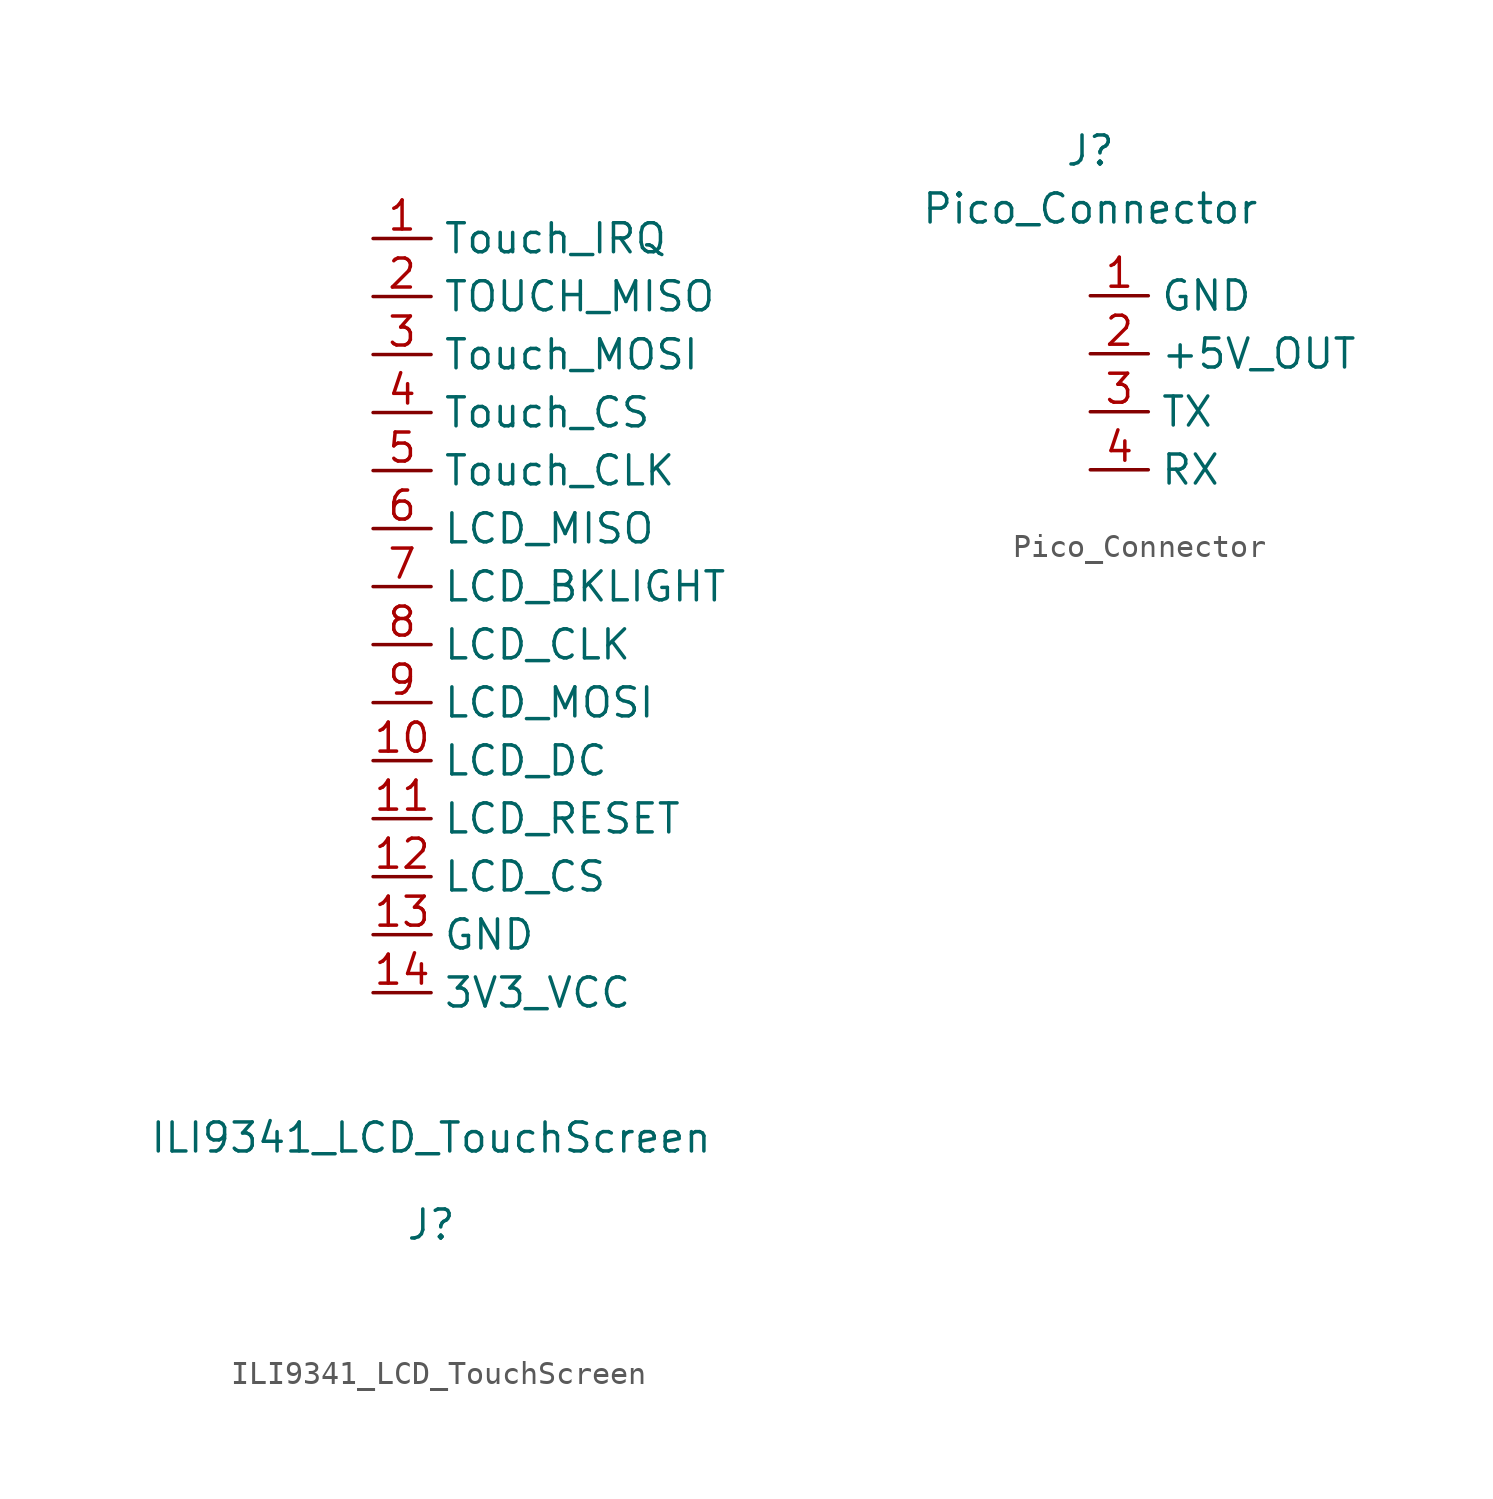
<source format=kicad_sym>
(kicad_symbol_lib
  (version 20211014)
  (generator kicad_symbol_editor)
  (symbol "ILI9341_LCD_TouchScreen"
    (property "Reference" "J"
      (at 0 -10.16 0)
      (effects (font (size 1.27 1.27))))
    (property "Value" "ILI9341_LCD_TouchScreen"
      (at 0 -6.35 0)
      (effects (font (size 1.27 1.27))))
    (symbol "ILI9341_LCD_TouchScreen_1_1"
      (pin input line (at -2.54 33.02 0) (length 2.54) (name "Touch_IRQ" (effects (font (size 1.27 1.27)))) (number "1" (effects (font (size 1.27 1.27)))))
      (pin input line (at -2.54 10.16 0) (length 2.54) (name "LCD_DC" (effects (font (size 1.27 1.27)))) (number "10" (effects (font (size 1.27 1.27)))))
      (pin input line (at -2.54 7.62 0) (length 2.54) (name "LCD_RESET" (effects (font (size 1.27 1.27)))) (number "11" (effects (font (size 1.27 1.27)))))
      (pin input line (at -2.54 5.08 0) (length 2.54) (name "LCD_CS" (effects (font (size 1.27 1.27)))) (number "12" (effects (font (size 1.27 1.27)))))
      (pin power_in line (at -2.54 2.54 0) (length 2.54) (name "GND" (effects (font (size 1.27 1.27)))) (number "13" (effects (font (size 1.27 1.27)))))
      (pin power_in line (at -2.54 0 0) (length 2.54) (name "3V3_VCC" (effects (font (size 1.27 1.27)))) (number "14" (effects (font (size 1.27 1.27)))))
      (pin input line (at -2.54 30.48 0) (length 2.54) (name "TOUCH_MISO" (effects (font (size 1.27 1.27)))) (number "2" (effects (font (size 1.27 1.27)))))
      (pin input line (at -2.54 27.94 0) (length 2.54) (name "Touch_MOSI" (effects (font (size 1.27 1.27)))) (number "3" (effects (font (size 1.27 1.27)))))
      (pin input line (at -2.54 25.4 0) (length 2.54) (name "Touch_CS" (effects (font (size 1.27 1.27)))) (number "4" (effects (font (size 1.27 1.27)))))
      (pin input line (at -2.54 22.86 0) (length 2.54) (name "Touch_CLK" (effects (font (size 1.27 1.27)))) (number "5" (effects (font (size 1.27 1.27)))))
      (pin input line (at -2.54 20.32 0) (length 2.54) (name "LCD_MISO" (effects (font (size 1.27 1.27)))) (number "6" (effects (font (size 1.27 1.27)))))
      (pin power_out line (at -2.54 17.78 0) (length 2.54) (name "LCD_BKLIGHT" (effects (font (size 1.27 1.27)))) (number "7" (effects (font (size 1.27 1.27)))))
      (pin input line (at -2.54 15.24 0) (length 2.54) (name "LCD_CLK" (effects (font (size 1.27 1.27)))) (number "8" (effects (font (size 1.27 1.27)))))
      (pin input line (at -2.54 12.7 0) (length 2.54) (name "LCD_MOSI" (effects (font (size 1.27 1.27)))) (number "9" (effects (font (size 1.27 1.27)))))))
  (symbol "Pico_Connector"
    (property "Reference" "J"
      (at 0 2.54 0)
      (effects (font (size 1.27 1.27))))
    (property "Value" "Pico_Connector"
      (at 0 0 0)
      (effects (font (size 1.27 1.27))))
    (symbol "Pico_Connector_1_1"
      (pin power_in line (at 0 -3.81 0) (length 2.54) (name "GND" (effects (font (size 1.27 1.27)))) (number "1" (effects (font (size 1.27 1.27)))))
      (pin power_in line (at 0 -6.35 0) (length 2.54) (name "+5V_OUT" (effects (font (size 1.27 1.27)))) (number "2" (effects (font (size 1.27 1.27)))))
      (pin input line (at 0 -8.89 0) (length 2.54) (name "TX" (effects (font (size 1.27 1.27)))) (number "3" (effects (font (size 1.27 1.27)))))
      (pin input line (at 0 -11.43 0) (length 2.54) (name "RX" (effects (font (size 1.27 1.27)))) (number "4" (effects (font (size 1.27 1.27))))))))
</source>
